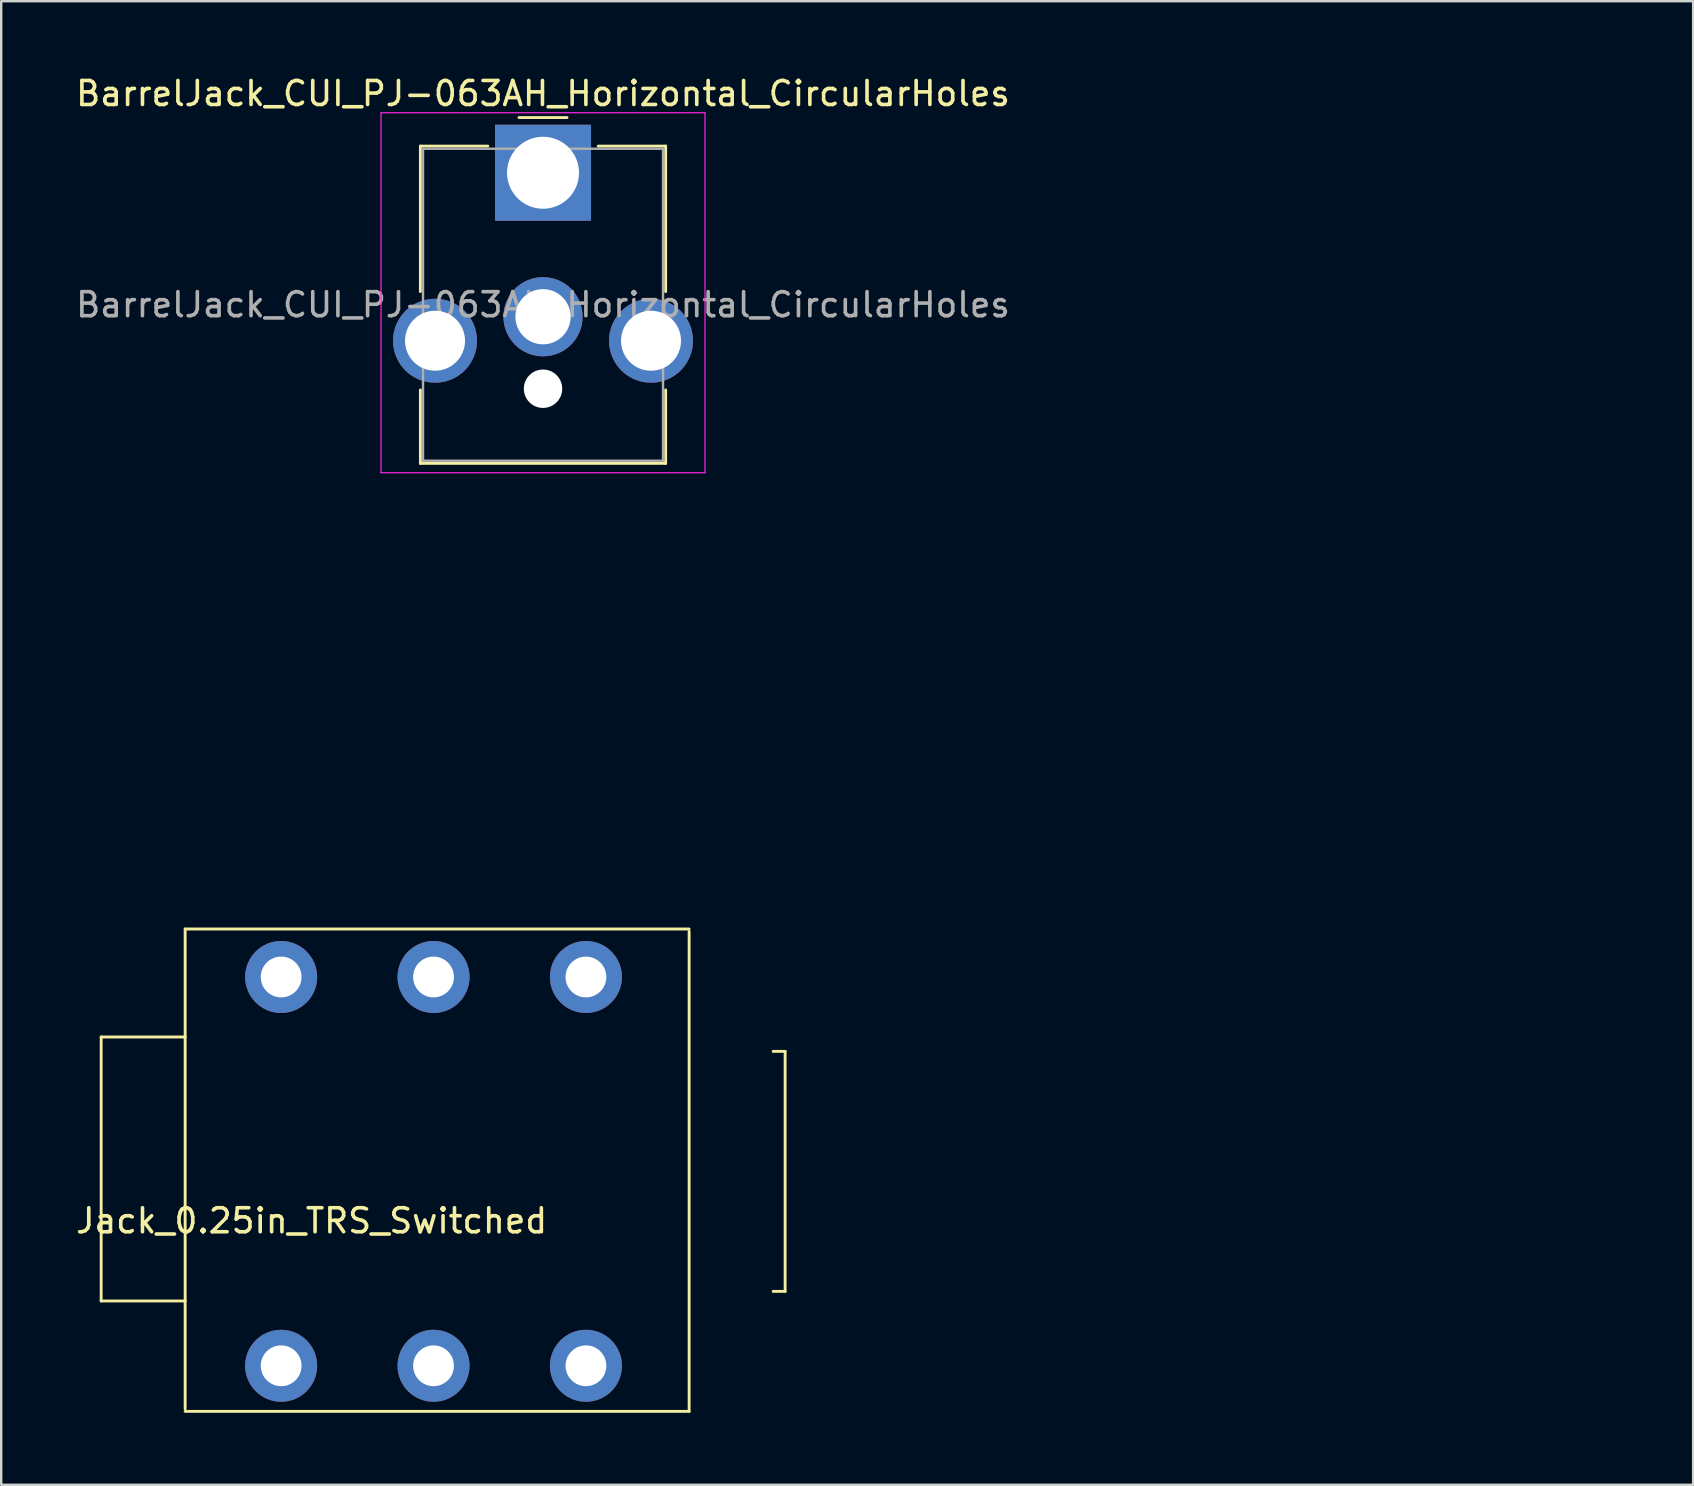
<source format=kicad_pcb>
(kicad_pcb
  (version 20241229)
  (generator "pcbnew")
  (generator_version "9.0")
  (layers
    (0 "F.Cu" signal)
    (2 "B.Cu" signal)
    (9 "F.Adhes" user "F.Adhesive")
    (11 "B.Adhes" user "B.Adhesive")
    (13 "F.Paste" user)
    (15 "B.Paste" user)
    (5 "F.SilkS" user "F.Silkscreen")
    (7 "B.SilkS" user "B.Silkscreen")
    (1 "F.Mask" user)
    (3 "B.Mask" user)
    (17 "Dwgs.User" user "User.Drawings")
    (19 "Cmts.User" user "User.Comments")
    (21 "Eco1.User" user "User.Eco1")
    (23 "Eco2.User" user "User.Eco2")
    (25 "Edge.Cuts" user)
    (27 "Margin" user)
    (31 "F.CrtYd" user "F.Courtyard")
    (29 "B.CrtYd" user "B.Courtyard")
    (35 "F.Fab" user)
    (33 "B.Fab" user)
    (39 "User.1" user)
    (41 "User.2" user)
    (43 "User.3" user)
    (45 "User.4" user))
  (footprint "Jack_0.25in_TRS_Switched"
    (layer "F.Cu")
    (at 8.665 37.66)
    (property "Reference" "Jack_0.25in_TRS_Switched" (at 1.27 10.16 0) (layer "F.SilkS") (effects (font (size 1 1) (thickness 0.15))))
    (attr through_hole)
    (fp_line (start -7.5 2.5) (end -4 2.5) (stroke (width 0.12) (type solid)) (layer "F.SilkS"))
    (fp_line (start -7.5 13.5) (end -7.5 2.5) (stroke (width 0.12) (type solid)) (layer "F.SilkS"))
    (fp_line (start -7.5 13.5) (end -4 13.5) (stroke (width 0.12) (type solid)) (layer "F.SilkS"))
    (fp_line (start -4 -2) (end -4 18) (stroke (width 0.12) (type solid)) (layer "F.SilkS"))
    (fp_line (start -4 -2) (end 17 -2) (stroke (width 0.12) (type solid)) (layer "F.SilkS"))
    (fp_line (start -4 18.1) (end 17 18.1) (stroke (width 0.12) (type solid)) (layer "F.SilkS"))
    (fp_line (start 17 -1.9) (end 17 18.1) (stroke (width 0.12) (type solid)) (layer "F.SilkS"))
    (fp_line (start 20.5 3.1) (end 21 3.1) (stroke (width 0.12) (type solid)) (layer "F.SilkS"))
    (fp_line (start 21 3.1) (end 21 13.1) (stroke (width 0.12) (type solid)) (layer "F.SilkS"))
    (fp_line (start 21 13.1) (end 20.5 13.1) (stroke (width 0.12) (type solid)) (layer "F.SilkS"))
    (pad "R" thru_hole circle (at 6.35 16.2) (size 3 3) (drill 1.7) (layers "*.Cu" "*.Mask"))
    (pad "RN" thru_hole circle (at 6.35 0) (size 3 3) (drill 1.7) (layers "*.Cu" "*.Mask"))
    (pad "S" thru_hole circle (at 0 16.2) (size 3 3) (drill 1.7) (layers "*.Cu" "*.Mask"))
    (pad "SN" thru_hole circle (at 0 0) (size 3 3) (drill 1.7) (layers "*.Cu" "*.Mask"))
    (pad "T" thru_hole circle (at 12.7 16.2) (size 3 3) (drill 1.7) (layers "*.Cu" "*.Mask"))
    (pad "TN" thru_hole circle (at 12.7 0) (size 3 3) (drill 1.7) (layers "*.Cu" "*.Mask")))
  (footprint "Jack_0.25in_Solder_MechOnly"
    (layer "F.Cu")
    (at 53.327 7.05)
    (property "Reference" "Jack_0.25in_Solder_MechOnly" (at 0 -5.5 0) (unlocked yes) (layer "Eco1.User") (effects (font (size 1 1) (thickness 0.15))))
    (fp_rect (start -9.5 3.5) (end 9.5 6) (stroke (width 0.1) (type default)) (fill no) (layer "Eco1.User"))
    (fp_rect (start -9 2.5) (end 9 3.5) (stroke (width 0.1) (type default)) (fill no) (layer "Eco1.User"))
    (fp_rect (start -8 1.5) (end 8 2.5) (stroke (width 0.1) (type default)) (fill no) (layer "Eco1.User"))
    (fp_rect (start -6 0) (end 6 1.5) (stroke (width 0.1) (type default)) (fill no) (layer "Eco1.User"))
    (fp_rect (start -4.75 -7) (end 4.75 25.5) (stroke (width 0.1) (type default)) (fill no) (layer "Eco1.User"))
    (fp_text user "${REFERENCE}" (at 0 -1.5 0) (unlocked yes) (layer "Eco1.User") (effects (font (size 1 1) (thickness 0.15)))))
  (footprint "BarrelJack_CUI_PJ-063AH_Horizontal_CircularHoles"
    (layer "F.Cu")
    (at 19.577 4.148)
    (property "Reference" "BarrelJack_CUI_PJ-063AH_Horizontal_CircularHoles" (at 0 -3.3 0) (layer "F.SilkS") (effects (font (size 1 1) (thickness 0.15))))
    (attr through_hole)
    (fp_line (start -5.11 -1.11) (end -2.3 -1.11) (stroke (width 0.12) (type solid)) (layer "F.SilkS"))
    (fp_line (start -5.11 4.95) (end -5.11 -1.11) (stroke (width 0.12) (type solid)) (layer "F.SilkS"))
    (fp_line (start -5.11 12.11) (end -5.11 9.05) (stroke (width 0.12) (type solid)) (layer "F.SilkS"))
    (fp_line (start -1 -2.3) (end 1 -2.3) (stroke (width 0.12) (type solid)) (layer "F.SilkS"))
    (fp_line (start 2.3 -1.11) (end 5.11 -1.11) (stroke (width 0.12) (type solid)) (layer "F.SilkS"))
    (fp_line (start 5.11 -1.11) (end 5.11 4.95) (stroke (width 0.12) (type solid)) (layer "F.SilkS"))
    (fp_line (start 5.11 9.05) (end 5.11 12.11) (stroke (width 0.12) (type solid)) (layer "F.SilkS"))
    (fp_line (start 5.11 12.11) (end -5.11 12.11) (stroke (width 0.12) (type solid)) (layer "F.SilkS"))
    (fp_line (start -6.75 -2.5) (end -6.75 12.5) (stroke (width 0.05) (type solid)) (layer "F.CrtYd"))
    (fp_line (start -6.75 12.5) (end 6.75 12.5) (stroke (width 0.05) (type solid)) (layer "F.CrtYd"))
    (fp_line (start 6.75 -2.5) (end -6.75 -2.5) (stroke (width 0.05) (type solid)) (layer "F.CrtYd"))
    (fp_line (start 6.75 12.5) (end 6.75 -2.5) (stroke (width 0.05) (type solid)) (layer "F.CrtYd"))
    (fp_line (start -5 -1) (end -1 -1) (stroke (width 0.1) (type solid)) (layer "F.Fab"))
    (fp_line (start -5 12) (end -5 -1) (stroke (width 0.1) (type solid)) (layer "F.Fab"))
    (fp_line (start -1 -1) (end 0 0) (stroke (width 0.1) (type solid)) (layer "F.Fab"))
    (fp_line (start 0 0) (end 1 -1) (stroke (width 0.1) (type solid)) (layer "F.Fab"))
    (fp_line (start 1 -1) (end 5 -1) (stroke (width 0.1) (type solid)) (layer "F.Fab"))
    (fp_line (start 5 -1) (end 5 12) (stroke (width 0.1) (type solid)) (layer "F.Fab"))
    (fp_line (start 5 12) (end -5 12) (stroke (width 0.1) (type solid)) (layer "F.Fab"))
    (fp_text user "${REFERENCE}" (at 0 5.5 0) (layer "F.Fab") (effects (font (size 1 1) (thickness 0.15))))
    (pad "" np_thru_hole circle (at 0 9) (size 1.6 1.6) (drill 1.6) (layers "*.Cu" "*.Mask"))
    (pad "1" thru_hole rect (at 0 0) (size 4 4) (drill 3) (layers "*.Cu" "*.Mask"))
    (pad "2" thru_hole circle (at 0 6) (size 3.3 3.3) (drill 2.3) (layers "*.Cu" "*.Mask"))
    (pad "MP" thru_hole circle (at -4.5 7) (size 3.5 3.5) (drill 2.5) (layers "*.Cu" "*.Mask"))
    (pad "MP" thru_hole circle (at 4.5 7) (size 3.5 3.5) (drill 2.5) (layers "*.Cu" "*.Mask")))
  (footprint "Lumberg_DC_Switched_Innie"
    (layer "F.Cu")
    (at 43.254 37.66)
    (property "Reference" "Lumberg_DC_Switched_Innie" (at 0 1.5 0) (unlocked yes) (layer "Eco1.User") (effects (font (size 1 1) (thickness 0.15))))
    (fp_rect (start -7.5 -2) (end 7.5 0) (stroke (width 0.12) (type default)) (fill no) (layer "Eco1.User"))
    (fp_rect (start -6.5 0) (end 6.5 12) (stroke (width 0.12) (type default)) (fill no) (layer "Eco1.User"))
    (fp_rect (start -3.5 12) (end 0 16.5) (stroke (width 0.12) (type default)) (fill no) (layer "Eco1.User"))
    (fp_rect (start 1 12) (end 1.5 16.5) (stroke (width 0.12) (type default)) (fill no) (layer "Eco1.User"))
    (fp_rect (start 3.5 12) (end 4 16.5) (stroke (width 0.12) (type default)) (fill no) (layer "Eco1.User"))
    (fp_text user "${REFERENCE}" (at 0 5.5 0) (unlocked yes) (layer "Eco1.User") (effects (font (size 1 1) (thickness 0.15)))))
  (gr_rect
    (start -3 -3)
    (end 67.5 58.82)
    (stroke (width 0.1) (type default))
    (fill no)
    (layer "Edge.Cuts")))
</source>
